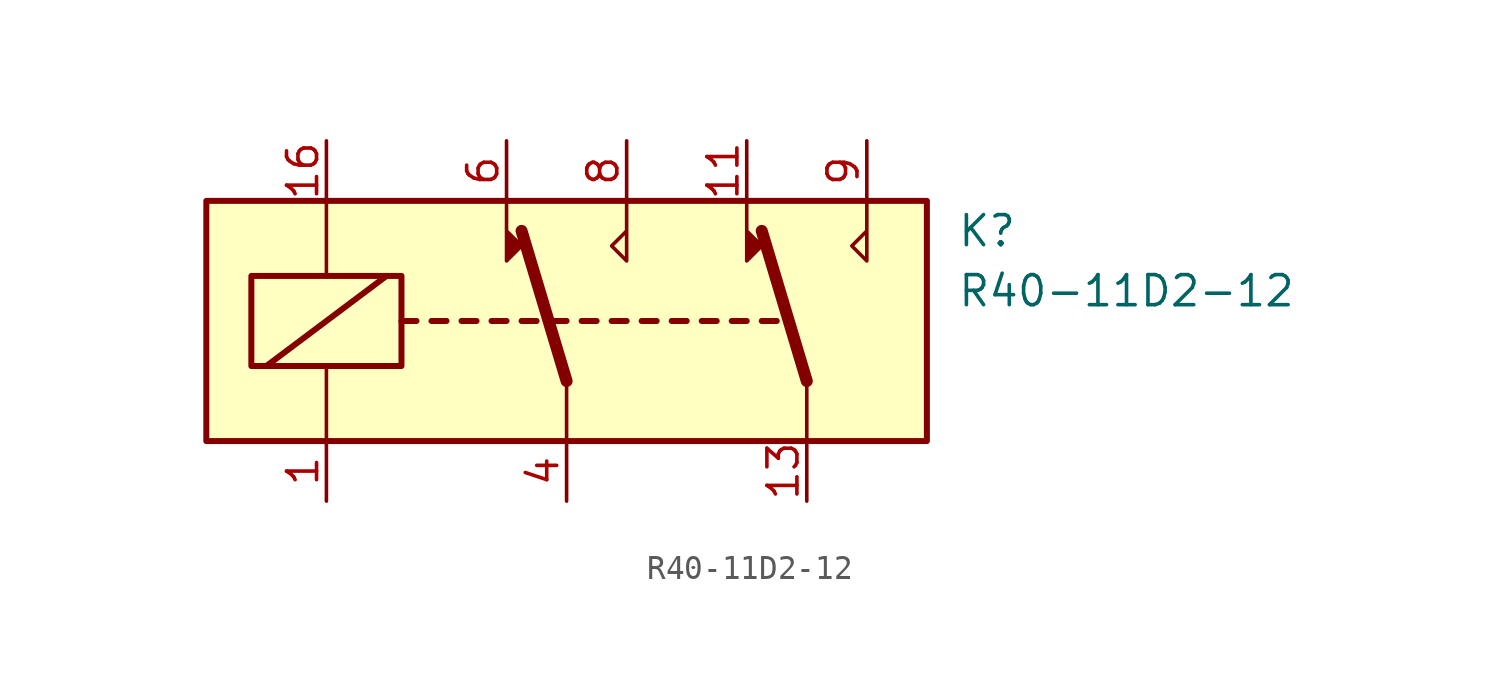
<source format=kicad_sym>
(kicad_symbol_lib
  (version 20231120)
  (generator "kicad_symbol_editor")
  (generator_version "8.0")
  (symbol "R40-11D2-12"
    (property "Reference" "K"
      (at 16.51 3.81 0)
      (effects (font (size 1.27 1.27)) (justify left)))
    (property "Value" "R40-11D2-12"
      (at 16.51 1.27 0)
      (effects (font (size 1.27 1.27)) (justify left)))
    (symbol "R40-11D2-12_0_0"
      (polyline (pts (xy -2.54 5.08) (xy -2.54 2.54) (xy -1.905 3.175) (xy -2.54 3.81)) (stroke (width 0) (type solid)) (fill (type outline)))
      (polyline (pts (xy 2.54 5.08) (xy 2.54 2.54) (xy 1.905 3.175) (xy 2.54 3.81)) (stroke (width 0) (type solid)) (fill (type none)))
      (polyline (pts (xy 7.62 5.08) (xy 7.62 2.54) (xy 8.255 3.175) (xy 7.62 3.81)) (stroke (width 0) (type solid)) (fill (type outline)))
      (polyline (pts (xy 12.7 5.08) (xy 12.7 2.54) (xy 12.065 3.175) (xy 12.7 3.81)) (stroke (width 0) (type solid)) (fill (type none))))
    (symbol "R40-11D2-12_0_1"
      (rectangle (start -15.24 5.08) (end 15.24 -5.08) (stroke (width 0.254) (type solid)) (fill (type background)))
      (rectangle (start -13.335 1.905) (end -6.985 -1.905) (stroke (width 0.254) (type solid)) (fill (type none)))
      (polyline (pts (xy -12.7 -1.905) (xy -7.62 1.905)) (stroke (width 0.254) (type solid)) (fill (type none)))
      (polyline (pts (xy -10.16 -5.08) (xy -10.16 -1.905)) (stroke (width 0) (type solid)) (fill (type none)))
      (polyline (pts (xy -10.16 5.08) (xy -10.16 1.905)) (stroke (width 0) (type solid)) (fill (type none)))
      (polyline (pts (xy -6.985 0) (xy -6.35 0)) (stroke (width 0.254) (type solid)) (fill (type none)))
      (polyline (pts (xy -5.715 0) (xy -5.08 0)) (stroke (width 0.254) (type solid)) (fill (type none)))
      (polyline (pts (xy -4.445 0) (xy -3.81 0)) (stroke (width 0.254) (type solid)) (fill (type none)))
      (polyline (pts (xy -3.175 0) (xy -2.54 0)) (stroke (width 0.254) (type solid)) (fill (type none)))
      (polyline (pts (xy -1.905 0) (xy -1.27 0)) (stroke (width 0.254) (type solid)) (fill (type none)))
      (polyline (pts (xy -0.635 0) (xy 0 0)) (stroke (width 0.254) (type solid)) (fill (type none)))
      (polyline (pts (xy 0 -2.54) (xy -1.905 3.81)) (stroke (width 0.508) (type solid)) (fill (type none)))
      (polyline (pts (xy 0 -2.54) (xy 0 -5.08)) (stroke (width 0) (type solid)) (fill (type none)))
      (polyline (pts (xy 0.635 0) (xy 1.27 0)) (stroke (width 0.254) (type solid)) (fill (type none)))
      (polyline (pts (xy 1.905 0) (xy 2.54 0)) (stroke (width 0.254) (type solid)) (fill (type none)))
      (polyline (pts (xy 3.175 0) (xy 3.81 0)) (stroke (width 0.254) (type solid)) (fill (type none)))
      (polyline (pts (xy 4.445 0) (xy 5.08 0)) (stroke (width 0.254) (type solid)) (fill (type none)))
      (polyline (pts (xy 5.715 0) (xy 6.35 0)) (stroke (width 0.254) (type solid)) (fill (type none)))
      (polyline (pts (xy 6.985 0) (xy 7.62 0)) (stroke (width 0.254) (type solid)) (fill (type none)))
      (polyline (pts (xy 8.255 0) (xy 8.89 0)) (stroke (width 0.254) (type solid)) (fill (type none)))
      (polyline (pts (xy 10.16 -2.54) (xy 8.255 3.81)) (stroke (width 0.508) (type solid)) (fill (type none)))
      (polyline (pts (xy 10.16 -2.54) (xy 10.16 -5.08)) (stroke (width 0) (type solid)) (fill (type none))))
    (symbol "R40-11D2-12_1_1"
      (pin passive line (at -10.16 -7.62 90) (length 2.54) (name "~" (effects (font (size 1.27 1.27)))) (number "1" (effects (font (size 1.27 1.27)))))
      (pin passive line (at 7.62 7.62 270) (length 2.54) (name "~" (effects (font (size 1.27 1.27)))) (number "11" (effects (font (size 1.27 1.27)))))
      (pin passive line (at 10.16 -7.62 90) (length 2.54) (name "~" (effects (font (size 1.27 1.27)))) (number "13" (effects (font (size 1.27 1.27)))))
      (pin passive line (at -10.16 7.62 270) (length 2.54) (name "~" (effects (font (size 1.27 1.27)))) (number "16" (effects (font (size 1.27 1.27)))))
      (pin passive line (at 0 -7.62 90) (length 2.54) (name "~" (effects (font (size 1.27 1.27)))) (number "4" (effects (font (size 1.27 1.27)))))
      (pin passive line (at -2.54 7.62 270) (length 2.54) (name "~" (effects (font (size 1.27 1.27)))) (number "6" (effects (font (size 1.27 1.27)))))
      (pin passive line (at 2.54 7.62 270) (length 2.54) (name "~" (effects (font (size 1.27 1.27)))) (number "8" (effects (font (size 1.27 1.27)))))
      (pin passive line (at 12.7 7.62 270) (length 2.54) (name "~" (effects (font (size 1.27 1.27)))) (number "9" (effects (font (size 1.27 1.27))))))))
</source>
